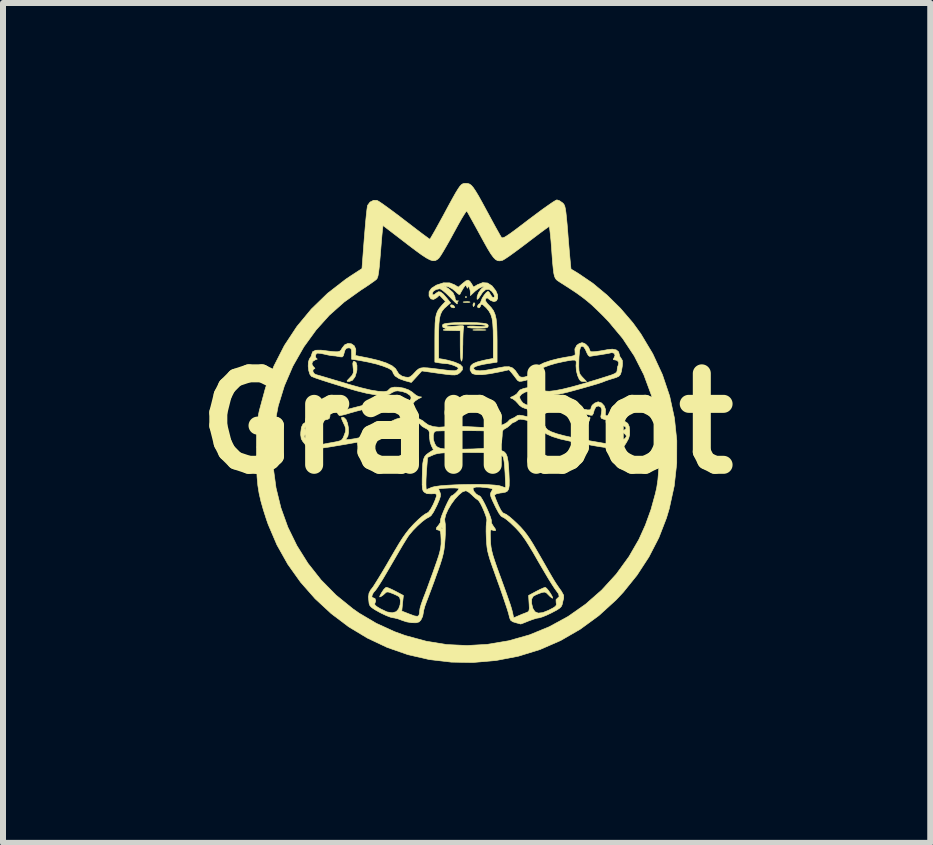
<source format=kicad_pcb>
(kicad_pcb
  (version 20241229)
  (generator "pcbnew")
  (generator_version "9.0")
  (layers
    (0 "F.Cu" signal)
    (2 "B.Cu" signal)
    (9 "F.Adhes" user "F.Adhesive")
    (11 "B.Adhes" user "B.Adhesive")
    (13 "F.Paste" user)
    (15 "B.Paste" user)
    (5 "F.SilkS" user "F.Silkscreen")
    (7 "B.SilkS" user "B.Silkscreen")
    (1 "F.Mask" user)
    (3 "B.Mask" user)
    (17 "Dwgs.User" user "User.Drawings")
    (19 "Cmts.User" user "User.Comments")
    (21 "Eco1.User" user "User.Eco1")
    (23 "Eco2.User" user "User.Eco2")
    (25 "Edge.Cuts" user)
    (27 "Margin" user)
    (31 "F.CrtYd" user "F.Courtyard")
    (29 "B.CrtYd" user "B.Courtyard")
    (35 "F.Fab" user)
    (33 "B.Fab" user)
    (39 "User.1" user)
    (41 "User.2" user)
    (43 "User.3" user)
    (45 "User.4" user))
  (footprint "Granbot"
    (layer "F.Cu")
    (at 4.724 4.005)
    (property "Reference" "Granbot" (at 0 0 0) (layer "F.SilkS") (effects (font (size 1.524 1.524) (thickness 0.3))))
    (attr through_hole)
    (fp_poly (pts (xy 0 -2.106) (xy -0.011 -2.095) (xy -0.021 -2.106) (xy -0.011 -2.117) (xy 0 -2.106)) (stroke (width 0.01) (type solid)) (fill yes) (layer "F.SilkS"))
    (fp_poly (pts (xy 0.048 -2.026) (xy 0.058 -2.021) (xy 0.031 -2.017) (xy 0 -2.017) (xy -0.046 -2.018) (xy -0.058 -2.022) (xy -0.048 -2.026) (xy 0.014 -2.029) (xy 0.048 -2.026)) (stroke (width 0.01) (type solid)) (fill yes) (layer "F.SilkS"))
    (fp_poly (pts (xy 0.138 -1.995) (xy 0.135 -1.979) (xy 0.12 -1.951) (xy 0.114 -1.947) (xy 0.107 -1.965) (xy 0.106 -1.979) (xy 0.117 -2.007) (xy 0.126 -2.011) (xy 0.138 -1.995)) (stroke (width 0.01) (type solid)) (fill yes) (layer "F.SilkS"))
    (fp_poly (pts (xy -0.216 -1.963) (xy -0.211 -1.958) (xy -0.197 -1.933) (xy -0.216 -1.926) (xy -0.218 -1.926) (xy -0.255 -1.937) (xy -0.264 -1.946) (xy -0.266 -1.971) (xy -0.245 -1.977) (xy -0.216 -1.963)) (stroke (width 0.01) (type solid)) (fill yes) (layer "F.SilkS"))
    (fp_poly (pts (xy 0.293 -1.561) (xy 0.302 -1.561) (xy 0.323 -1.557) (xy 0.306 -1.554) (xy 0.255 -1.553) (xy 0.212 -1.553) (xy 0.143 -1.553) (xy 0.106 -1.555) (xy 0.105 -1.559) (xy 0.122 -1.561) (xy 0.206 -1.564) (xy 0.293 -1.561)) (stroke (width 0.01) (type solid)) (fill yes) (layer "F.SilkS"))
    (fp_poly (pts (xy 2.058 -0.095) (xy 2.049 -0.058) (xy 2.027 -0.01) (xy 2 0.055) (xy 1.992 0.106) (xy 2.002 0.163) (xy 2.004 0.17) (xy 2.016 0.227) (xy 2.012 0.25) (xy 1.987 0.244) (xy 1.971 0.235) (xy 1.953 0.201) (xy 1.949 0.143) (xy 1.958 0.072) (xy 1.976 -0.001) (xy 2 -0.062) (xy 2.029 -0.099) (xy 2.046 -0.106) (xy 2.058 -0.095)) (stroke (width 0.01) (type solid)) (fill yes) (layer "F.SilkS"))
    (fp_poly (pts (xy -1.843 -1.018) (xy -1.827 -0.968) (xy -1.827 -0.896) (xy -1.83 -0.871) (xy -1.858 -0.779) (xy -1.901 -0.72) (xy -1.955 -0.699) (xy -1.957 -0.699) (xy -1.987 -0.7) (xy -1.992 -0.71) (xy -1.969 -0.736) (xy -1.943 -0.763) (xy -1.904 -0.806) (xy -1.887 -0.845) (xy -1.887 -0.898) (xy -1.891 -0.933) (xy -1.896 -0.997) (xy -1.889 -1.029) (xy -1.874 -1.037) (xy -1.843 -1.018)) (stroke (width 0.01) (type solid)) (fill yes) (layer "F.SilkS"))
    (fp_poly (pts (xy 0.16 -1.679) (xy 0.175 -1.678) (xy 0.264 -1.671) (xy 0.32 -1.663) (xy 0.349 -1.653) (xy 0.359 -1.636) (xy 0.36 -1.627) (xy 0.356 -1.608) (xy 0.338 -1.596) (xy 0.298 -1.59) (xy 0.229 -1.588) (xy 0.179 -1.587) (xy 0.081 -1.59) (xy 0.025 -1.597) (xy 0.011 -1.609) (xy 0.011 -1.61) (xy 0.041 -1.621) (xy 0.11 -1.622) (xy 0.171 -1.618) (xy 0.256 -1.612) (xy 0.304 -1.615) (xy 0.318 -1.627) (xy 0.301 -1.637) (xy 0.251 -1.644) (xy 0.164 -1.649) (xy 0.038 -1.651) (xy -0.011 -1.651) (xy -0.154 -1.65) (xy -0.257 -1.645) (xy -0.319 -1.638) (xy -0.339 -1.629) (xy -0.319 -1.617) (xy -0.26 -1.616) (xy -0.187 -1.621) (xy -0.109 -1.628) (xy -0.065 -1.628) (xy -0.047 -1.621) (xy -0.048 -1.605) (xy -0.049 -1.599) (xy -0.055 -1.565) (xy -0.059 -1.498) (xy -0.062 -1.407) (xy -0.063 -1.303) (xy -0.064 -1.3) (xy -0.065 -1.186) (xy -0.07 -1.101) (xy -0.077 -1.05) (xy -0.085 -1.037) (xy -0.094 -1.058) (xy -0.101 -1.115) (xy -0.105 -1.206) (xy -0.106 -1.291) (xy -0.106 -1.545) (xy -0.27 -1.548) (xy -0.348 -1.55) (xy -0.387 -1.554) (xy -0.388 -1.561) (xy -0.37 -1.566) (xy -0.333 -1.578) (xy -0.334 -1.583) (xy -0.355 -1.585) (xy -0.394 -1.601) (xy -0.402 -1.627) (xy -0.398 -1.646) (xy -0.378 -1.658) (xy -0.337 -1.667) (xy -0.266 -1.674) (xy -0.206 -1.678) (xy -0.089 -1.682) (xy 0.042 -1.682) (xy 0.16 -1.679)) (stroke (width 0.01) (type solid)) (fill yes) (layer "F.SilkS"))
    (fp_poly (pts (xy 0.021 -3.998) (xy 0.05 -3.988) (xy 0.079 -3.967) (xy 0.111 -3.93) (xy 0.15 -3.872) (xy 0.199 -3.791) (xy 0.26 -3.681) (xy 0.337 -3.539) (xy 0.358 -3.501) (xy 0.42 -3.386) (xy 0.476 -3.283) (xy 0.524 -3.197) (xy 0.559 -3.135) (xy 0.578 -3.103) (xy 0.578 -3.103) (xy 0.589 -3.094) (xy 0.606 -3.093) (xy 0.634 -3.104) (xy 0.675 -3.129) (xy 0.735 -3.17) (xy 0.817 -3.23) (xy 0.925 -3.312) (xy 1.035 -3.396) (xy 1.154 -3.485) (xy 1.263 -3.566) (xy 1.358 -3.633) (xy 1.433 -3.685) (xy 1.484 -3.716) (xy 1.504 -3.725) (xy 1.546 -3.712) (xy 1.594 -3.679) (xy 1.596 -3.678) (xy 1.613 -3.662) (xy 1.626 -3.643) (xy 1.637 -3.615) (xy 1.646 -3.575) (xy 1.655 -3.515) (xy 1.664 -3.432) (xy 1.675 -3.318) (xy 1.687 -3.171) (xy 1.692 -3.103) (xy 1.704 -2.959) (xy 1.715 -2.829) (xy 1.725 -2.72) (xy 1.733 -2.637) (xy 1.738 -2.586) (xy 1.741 -2.572) (xy 1.76 -2.56) (xy 1.806 -2.533) (xy 1.863 -2.498) (xy 2.103 -2.335) (xy 2.34 -2.138) (xy 2.565 -1.916) (xy 2.77 -1.677) (xy 2.903 -1.493) (xy 3.102 -1.16) (xy 3.262 -0.814) (xy 3.383 -0.456) (xy 3.463 -0.088) (xy 3.502 0.285) (xy 3.501 0.663) (xy 3.459 1.043) (xy 3.376 1.422) (xy 3.33 1.576) (xy 3.203 1.904) (xy 3.038 2.224) (xy 2.839 2.529) (xy 2.61 2.813) (xy 2.492 2.939) (xy 2.203 3.202) (xy 1.894 3.428) (xy 1.567 3.617) (xy 1.223 3.767) (xy 0.863 3.878) (xy 0.489 3.95) (xy 0.103 3.983) (xy -0.254 3.977) (xy -0.621 3.934) (xy -0.978 3.852) (xy -1.323 3.732) (xy -1.653 3.576) (xy -1.965 3.388) (xy -2.256 3.168) (xy -2.524 2.92) (xy -2.766 2.645) (xy -2.979 2.346) (xy -3.16 2.024) (xy -3.306 1.682) (xy -3.335 1.599) (xy -3.387 1.437) (xy -3.427 1.296) (xy -3.457 1.165) (xy -3.478 1.035) (xy -3.491 0.895) (xy -3.498 0.735) (xy -3.501 0.546) (xy -3.501 0.487) (xy -3.501 0.393) (xy -3.231 0.393) (xy -3.221 0.735) (xy -3.175 1.074) (xy -3.094 1.406) (xy -2.978 1.728) (xy -2.827 2.037) (xy -2.643 2.331) (xy -2.426 2.606) (xy -2.176 2.86) (xy -1.895 3.088) (xy -1.791 3.161) (xy -1.505 3.33) (xy -1.198 3.47) (xy -1.021 3.534) (xy -0.674 3.628) (xy -0.334 3.684) (xy 0.008 3.7) (xy 0.343 3.681) (xy 0.701 3.621) (xy 1.047 3.523) (xy 1.378 3.387) (xy 1.691 3.216) (xy 1.983 3.011) (xy 2.252 2.775) (xy 2.494 2.51) (xy 2.706 2.218) (xy 2.871 1.932) (xy 2.978 1.695) (xy 3.072 1.435) (xy 3.145 1.17) (xy 3.168 1.069) (xy 3.187 0.941) (xy 3.2 0.783) (xy 3.207 0.605) (xy 3.208 0.42) (xy 3.203 0.238) (xy 3.193 0.071) (xy 3.176 -0.07) (xy 3.168 -0.116) (xy 3.077 -0.476) (xy 2.953 -0.811) (xy 2.794 -1.124) (xy 2.599 -1.418) (xy 2.366 -1.697) (xy 2.266 -1.801) (xy 2.171 -1.894) (xy 2.088 -1.973) (xy 2.008 -2.041) (xy 1.925 -2.106) (xy 1.831 -2.174) (xy 1.716 -2.25) (xy 1.574 -2.341) (xy 1.552 -2.355) (xy 1.521 -2.376) (xy 1.496 -2.395) (xy 1.478 -2.42) (xy 1.463 -2.455) (xy 1.452 -2.507) (xy 1.443 -2.58) (xy 1.433 -2.68) (xy 1.423 -2.813) (xy 1.415 -2.926) (xy 1.406 -3.043) (xy 1.396 -3.144) (xy 1.387 -3.222) (xy 1.38 -3.269) (xy 1.375 -3.281) (xy 1.355 -3.268) (xy 1.307 -3.234) (xy 1.235 -3.181) (xy 1.145 -3.113) (xy 1.042 -3.035) (xy 1.003 -3.005) (xy 0.894 -2.923) (xy 0.794 -2.849) (xy 0.708 -2.787) (xy 0.642 -2.743) (xy 0.601 -2.719) (xy 0.595 -2.717) (xy 0.555 -2.709) (xy 0.519 -2.712) (xy 0.484 -2.73) (xy 0.447 -2.767) (xy 0.403 -2.827) (xy 0.35 -2.914) (xy 0.284 -3.032) (xy 0.229 -3.133) (xy 0.165 -3.25) (xy 0.107 -3.355) (xy 0.059 -3.441) (xy 0.024 -3.504) (xy 0.005 -3.536) (xy 0.003 -3.539) (xy -0.011 -3.526) (xy -0.041 -3.481) (xy -0.085 -3.409) (xy -0.138 -3.315) (xy -0.198 -3.205) (xy -0.212 -3.18) (xy -0.276 -3.062) (xy -0.337 -2.955) (xy -0.39 -2.864) (xy -0.431 -2.797) (xy -0.458 -2.76) (xy -0.459 -2.758) (xy -0.491 -2.729) (xy -0.524 -2.713) (xy -0.562 -2.711) (xy -0.609 -2.725) (xy -0.671 -2.758) (xy -0.752 -2.811) (xy -0.856 -2.887) (xy -0.987 -2.986) (xy -1.01 -3.004) (xy -1.393 -3.298) (xy -1.405 -3.189) (xy -1.411 -3.128) (xy -1.419 -3.036) (xy -1.428 -2.924) (xy -1.438 -2.802) (xy -1.442 -2.757) (xy -1.453 -2.623) (xy -1.465 -2.525) (xy -1.476 -2.458) (xy -1.49 -2.418) (xy -1.501 -2.402) (xy -1.531 -2.378) (xy -1.589 -2.337) (xy -1.666 -2.284) (xy -1.754 -2.226) (xy -1.757 -2.225) (xy -2.039 -2.023) (xy -2.287 -1.803) (xy -2.507 -1.558) (xy -2.707 -1.282) (xy -2.715 -1.27) (xy -2.895 -0.954) (xy -3.036 -0.626) (xy -3.139 -0.291) (xy -3.204 0.05) (xy -3.231 0.393) (xy -3.501 0.393) (xy -3.501 0.324) (xy -3.5 0.196) (xy -3.496 0.094) (xy -3.49 0.009) (xy -3.481 -0.066) (xy -3.469 -0.139) (xy -3.454 -0.212) (xy -3.35 -0.595) (xy -3.21 -0.957) (xy -3.036 -1.298) (xy -2.828 -1.614) (xy -2.587 -1.905) (xy -2.316 -2.168) (xy -2.014 -2.402) (xy -1.925 -2.462) (xy -1.743 -2.58) (xy -1.705 -3.084) (xy -1.693 -3.228) (xy -1.682 -3.36) (xy -1.671 -3.473) (xy -1.661 -3.561) (xy -1.653 -3.618) (xy -1.649 -3.634) (xy -1.609 -3.688) (xy -1.549 -3.718) (xy -1.495 -3.717) (xy -1.466 -3.702) (xy -1.409 -3.664) (xy -1.329 -3.607) (xy -1.231 -3.535) (xy -1.12 -3.452) (xy -1.037 -3.388) (xy -0.923 -3.301) (xy -0.82 -3.222) (xy -0.733 -3.156) (xy -0.666 -3.107) (xy -0.625 -3.077) (xy -0.613 -3.07) (xy -0.6 -3.087) (xy -0.571 -3.137) (xy -0.527 -3.213) (xy -0.473 -3.311) (xy -0.411 -3.424) (xy -0.382 -3.477) (xy -0.3 -3.63) (xy -0.234 -3.75) (xy -0.183 -3.841) (xy -0.143 -3.906) (xy -0.112 -3.951) (xy -0.086 -3.979) (xy -0.063 -3.993) (xy -0.041 -3.999) (xy -0.015 -4) (xy -0.01 -4) (xy 0.021 -3.998)) (stroke (width 0.01) (type solid)) (fill yes) (layer "F.SilkS"))
    (fp_poly (pts (xy 0.053 -2.37) (xy 0.08 -2.332) (xy 0.116 -2.272) (xy 0.18 -2.311) (xy 0.268 -2.346) (xy 0.349 -2.34) (xy 0.424 -2.292) (xy 0.487 -2.211) (xy 0.517 -2.141) (xy 0.518 -2.083) (xy 0.496 -2.043) (xy 0.456 -2.029) (xy 0.403 -2.048) (xy 0.376 -2.068) (xy 0.344 -2.092) (xy 0.324 -2.084) (xy 0.317 -2.074) (xy 0.315 -2.042) (xy 0.346 -1.997) (xy 0.364 -1.979) (xy 0.412 -1.928) (xy 0.449 -1.876) (xy 0.474 -1.817) (xy 0.492 -1.742) (xy 0.502 -1.646) (xy 0.506 -1.521) (xy 0.508 -1.384) (xy 0.508 -1.021) (xy 0.365 -0.999) (xy 0.282 -0.985) (xy 0.207 -0.968) (xy 0.162 -0.954) (xy 0.122 -0.934) (xy 0.117 -0.914) (xy 0.128 -0.899) (xy 0.161 -0.881) (xy 0.223 -0.877) (xy 0.317 -0.886) (xy 0.446 -0.909) (xy 0.522 -0.925) (xy 0.63 -0.944) (xy 0.708 -0.945) (xy 0.765 -0.925) (xy 0.812 -0.881) (xy 0.837 -0.845) (xy 0.872 -0.794) (xy 0.901 -0.772) (xy 0.939 -0.77) (xy 0.969 -0.774) (xy 1.042 -0.797) (xy 1.097 -0.832) (xy 1.121 -0.872) (xy 1.122 -0.878) (xy 1.142 -0.921) (xy 1.199 -0.965) (xy 1.287 -1.009) (xy 1.402 -1.048) (xy 1.537 -1.082) (xy 1.653 -1.104) (xy 1.736 -1.117) (xy 1.785 -1.129) (xy 1.807 -1.143) (xy 1.81 -1.161) (xy 1.808 -1.169) (xy 1.804 -1.242) (xy 1.836 -1.302) (xy 1.877 -1.331) (xy 1.923 -1.346) (xy 1.963 -1.334) (xy 1.988 -1.317) (xy 2.029 -1.274) (xy 2.049 -1.231) (xy 2.058 -1.205) (xy 2.081 -1.194) (xy 2.129 -1.195) (xy 2.155 -1.198) (xy 2.24 -1.21) (xy 2.325 -1.225) (xy 2.343 -1.229) (xy 2.428 -1.238) (xy 2.494 -1.225) (xy 2.533 -1.192) (xy 2.54 -1.163) (xy 2.555 -1.112) (xy 2.574 -1.085) (xy 2.595 -1.05) (xy 2.598 -0.996) (xy 2.594 -0.954) (xy 2.58 -0.87) (xy 2.564 -0.818) (xy 2.536 -0.786) (xy 2.489 -0.764) (xy 2.438 -0.749) (xy 2.368 -0.727) (xy 2.31 -0.707) (xy 2.286 -0.697) (xy 2.249 -0.683) (xy 2.176 -0.659) (xy 2.07 -0.628) (xy 1.937 -0.59) (xy 1.781 -0.547) (xy 1.665 -0.516) (xy 1.551 -0.49) (xy 1.444 -0.473) (xy 1.351 -0.466) (xy 1.281 -0.47) (xy 1.241 -0.484) (xy 1.237 -0.488) (xy 1.194 -0.523) (xy 1.125 -0.54) (xy 1.047 -0.539) (xy 0.972 -0.521) (xy 0.914 -0.486) (xy 0.911 -0.483) (xy 0.886 -0.451) (xy 0.886 -0.422) (xy 0.907 -0.381) (xy 0.937 -0.343) (xy 0.983 -0.315) (xy 1.057 -0.291) (xy 1.073 -0.287) (xy 1.167 -0.265) (xy 1.231 -0.257) (xy 1.278 -0.262) (xy 1.318 -0.281) (xy 1.343 -0.299) (xy 1.38 -0.324) (xy 1.421 -0.335) (xy 1.478 -0.335) (xy 1.536 -0.33) (xy 1.622 -0.317) (xy 1.729 -0.295) (xy 1.835 -0.269) (xy 1.853 -0.264) (xy 1.952 -0.237) (xy 2.017 -0.225) (xy 2.055 -0.227) (xy 2.072 -0.245) (xy 2.074 -0.263) (xy 2.092 -0.303) (xy 2.135 -0.339) (xy 2.186 -0.359) (xy 2.196 -0.36) (xy 2.249 -0.341) (xy 2.292 -0.294) (xy 2.315 -0.232) (xy 2.314 -0.189) (xy 2.31 -0.145) (xy 2.326 -0.128) (xy 2.342 -0.127) (xy 2.392 -0.115) (xy 2.424 -0.098) (xy 2.472 -0.076) (xy 2.538 -0.057) (xy 2.554 -0.054) (xy 2.636 -0.034) (xy 2.685 -0.002) (xy 2.709 0.051) (xy 2.717 0.117) (xy 2.716 0.19) (xy 2.699 0.252) (xy 2.66 0.323) (xy 2.658 0.325) (xy 2.593 0.428) (xy 2.434 0.414) (xy 2.326 0.403) (xy 2.206 0.385) (xy 2.117 0.37) (xy 2.026 0.353) (xy 1.911 0.331) (xy 1.791 0.308) (xy 1.725 0.296) (xy 1.563 0.26) (xy 1.43 0.219) (xy 1.331 0.175) (xy 1.269 0.129) (xy 1.251 0.102) (xy 1.218 0.045) (xy 1.164 0.003) (xy 1.08 -0.031) (xy 1.016 -0.049) (xy 0.94 -0.066) (xy 0.894 -0.071) (xy 0.864 -0.065) (xy 0.845 -0.052) (xy 0.809 -0.027) (xy 0.79 -0.021) (xy 0.761 -0.007) (xy 0.728 0.024) (xy 0.68 0.064) (xy 0.64 0.087) (xy 0.611 0.105) (xy 0.596 0.138) (xy 0.593 0.199) (xy 0.593 0.206) (xy 0.586 0.281) (xy 0.569 0.349) (xy 0.561 0.368) (xy 0.537 0.414) (xy 0.535 0.436) (xy 0.556 0.447) (xy 0.582 0.453) (xy 0.623 0.47) (xy 0.654 0.501) (xy 0.676 0.552) (xy 0.691 0.63) (xy 0.701 0.739) (xy 0.706 0.829) (xy 0.711 0.949) (xy 0.71 1.035) (xy 0.701 1.091) (xy 0.681 1.126) (xy 0.647 1.145) (xy 0.595 1.155) (xy 0.561 1.159) (xy 0.501 1.171) (xy 0.469 1.189) (xy 0.466 1.196) (xy 0.474 1.227) (xy 0.496 1.284) (xy 0.527 1.356) (xy 0.529 1.362) (xy 0.57 1.444) (xy 0.604 1.489) (xy 0.633 1.503) (xy 0.663 1.517) (xy 0.715 1.555) (xy 0.781 1.612) (xy 0.84 1.667) (xy 0.9 1.727) (xy 0.951 1.785) (xy 1 1.847) (xy 1.051 1.92) (xy 1.108 2.011) (xy 1.176 2.128) (xy 1.237 2.233) (xy 1.315 2.369) (xy 1.375 2.474) (xy 1.422 2.555) (xy 1.459 2.617) (xy 1.49 2.666) (xy 1.519 2.709) (xy 1.548 2.751) (xy 1.579 2.794) (xy 1.617 2.863) (xy 1.618 2.91) (xy 1.604 2.964) (xy 1.594 3.012) (xy 1.581 3.045) (xy 1.554 3.075) (xy 1.503 3.109) (xy 1.421 3.152) (xy 1.416 3.155) (xy 1.336 3.193) (xy 1.265 3.222) (xy 1.217 3.237) (xy 1.207 3.239) (xy 1.165 3.246) (xy 1.1 3.266) (xy 1.033 3.291) (xy 0.967 3.318) (xy 0.92 3.336) (xy 0.901 3.342) (xy 0.882 3.336) (xy 0.838 3.325) (xy 0.834 3.324) (xy 0.768 3.304) (xy 0.732 3.277) (xy 0.714 3.23) (xy 0.708 3.201) (xy 0.697 3.159) (xy 0.674 3.084) (xy 0.64 2.983) (xy 0.599 2.861) (xy 0.552 2.726) (xy 0.517 2.629) (xy 0.462 2.475) (xy 0.419 2.355) (xy 0.387 2.26) (xy 0.365 2.184) (xy 0.349 2.12) (xy 0.34 2.061) (xy 0.334 2.001) (xy 0.33 1.932) (xy 0.328 1.899) (xy 0.325 1.801) (xy 0.326 1.717) (xy 0.33 1.657) (xy 0.336 1.632) (xy 0.337 1.6) (xy 0.322 1.543) (xy 0.295 1.471) (xy 0.263 1.397) (xy 0.23 1.331) (xy 0.2 1.286) (xy 0.184 1.272) (xy 0.155 1.252) (xy 0.111 1.213) (xy 0.091 1.193) (xy 0.042 1.15) (xy -0.002 1.125) (xy -0.016 1.122) (xy -0.069 1.14) (xy -0.13 1.19) (xy -0.195 1.261) (xy -0.257 1.346) (xy -0.31 1.436) (xy -0.348 1.522) (xy -0.365 1.595) (xy -0.361 1.637) (xy -0.355 1.677) (xy -0.353 1.749) (xy -0.354 1.841) (xy -0.359 1.928) (xy -0.366 2.022) (xy -0.376 2.102) (xy -0.39 2.176) (xy -0.411 2.256) (xy -0.441 2.351) (xy -0.484 2.474) (xy -0.497 2.508) (xy -0.541 2.632) (xy -0.585 2.751) (xy -0.625 2.857) (xy -0.656 2.939) (xy -0.669 2.972) (xy -0.696 3.047) (xy -0.714 3.112) (xy -0.72 3.148) (xy -0.732 3.214) (xy -0.762 3.276) (xy -0.792 3.307) (xy -0.841 3.321) (xy -0.915 3.32) (xy -0.999 3.306) (xy -1.076 3.281) (xy -1.077 3.28) (xy -1.145 3.255) (xy -1.207 3.24) (xy -1.225 3.238) (xy -1.268 3.228) (xy -1.336 3.202) (xy -1.417 3.164) (xy -1.448 3.148) (xy -1.53 3.102) (xy -1.581 3.067) (xy -1.61 3.037) (xy -1.623 3.005) (xy -1.625 2.995) (xy -1.635 2.898) (xy -1.634 2.889) (xy -1.579 2.889) (xy -1.57 2.9) (xy -1.526 2.917) (xy -1.514 2.956) (xy -1.522 2.981) (xy -1.532 3.008) (xy -1.523 3.03) (xy -1.488 3.057) (xy -1.434 3.089) (xy -1.327 3.14) (xy -1.239 3.155) (xy -1.172 3.136) (xy -1.133 3.091) (xy -1.108 3.022) (xy -1.102 2.953) (xy -1.115 2.9) (xy -1.127 2.885) (xy -1.162 2.865) (xy -1.219 2.839) (xy -1.242 2.83) (xy -1.298 2.81) (xy -1.33 2.808) (xy -1.352 2.823) (xy -1.356 2.828) (xy -1.398 2.865) (xy -1.423 2.881) (xy -1.445 2.891) (xy -1.448 2.88) (xy -1.429 2.844) (xy -1.414 2.817) (xy -1.38 2.766) (xy -1.348 2.735) (xy -1.336 2.731) (xy -1.304 2.74) (xy -1.247 2.765) (xy -1.181 2.798) (xy -1.053 2.866) (xy -1.067 2.996) (xy -1.08 3.126) (xy -0.947 3.178) (xy -0.868 3.207) (xy -0.819 3.214) (xy -0.794 3.197) (xy -0.784 3.154) (xy -0.783 3.128) (xy -0.776 3.081) (xy -0.755 3.009) (xy -0.726 2.927) (xy -0.721 2.913) (xy -0.691 2.837) (xy -0.652 2.733) (xy -0.608 2.611) (xy -0.561 2.483) (xy -0.54 2.423) (xy -0.495 2.295) (xy -0.463 2.199) (xy -0.443 2.125) (xy -0.431 2.064) (xy -0.425 2.008) (xy -0.425 1.947) (xy -0.425 1.934) (xy -0.429 1.853) (xy -0.435 1.806) (xy -0.447 1.784) (xy -0.467 1.778) (xy -0.469 1.778) (xy -0.503 1.767) (xy -0.501 1.746) (xy -0.423 1.746) (xy -0.413 1.757) (xy -0.402 1.746) (xy -0.413 1.736) (xy -0.423 1.746) (xy -0.501 1.746) (xy -0.501 1.737) (xy -0.466 1.694) (xy -0.439 1.654) (xy -0.435 1.623) (xy -0.432 1.593) (xy -0.414 1.537) (xy -0.385 1.465) (xy -0.351 1.386) (xy -0.316 1.312) (xy -0.284 1.251) (xy -0.259 1.213) (xy -0.25 1.206) (xy -0.223 1.192) (xy -0.184 1.159) (xy -0.147 1.12) (xy -0.128 1.09) (xy 0.106 1.09) (xy 0.121 1.13) (xy 0.158 1.173) (xy 0.199 1.202) (xy 0.217 1.207) (xy 0.236 1.225) (xy 0.266 1.273) (xy 0.302 1.34) (xy 0.339 1.418) (xy 0.373 1.496) (xy 0.399 1.564) (xy 0.413 1.613) (xy 0.413 1.63) (xy 0.415 1.66) (xy 0.44 1.703) (xy 0.443 1.707) (xy 0.479 1.759) (xy 0.482 1.785) (xy 0.453 1.785) (xy 0.439 1.78) (xy 0.416 1.773) (xy 0.402 1.777) (xy 0.396 1.801) (xy 0.395 1.852) (xy 0.398 1.938) (xy 0.398 1.942) (xy 0.401 2.005) (xy 0.408 2.064) (xy 0.42 2.125) (xy 0.438 2.195) (xy 0.466 2.283) (xy 0.504 2.394) (xy 0.556 2.537) (xy 0.564 2.558) (xy 0.622 2.718) (xy 0.667 2.843) (xy 0.701 2.941) (xy 0.727 3.015) (xy 0.745 3.073) (xy 0.758 3.119) (xy 0.768 3.16) (xy 0.772 3.18) (xy 0.784 3.239) (xy 0.863 3.205) (xy 0.929 3.177) (xy 0.989 3.154) (xy 0.996 3.151) (xy 1.025 3.138) (xy 1.04 3.117) (xy 1.045 3.078) (xy 1.042 3.009) (xy 1.041 2.999) (xy 1.033 2.866) (xy 1.16 2.798) (xy 1.227 2.764) (xy 1.281 2.74) (xy 1.31 2.731) (xy 1.332 2.746) (xy 1.364 2.784) (xy 1.398 2.833) (xy 1.424 2.878) (xy 1.435 2.908) (xy 1.434 2.912) (xy 1.416 2.904) (xy 1.38 2.873) (xy 1.367 2.859) (xy 1.328 2.821) (xy 1.296 2.809) (xy 1.254 2.817) (xy 1.222 2.828) (xy 1.161 2.852) (xy 1.116 2.876) (xy 1.108 2.882) (xy 1.084 2.927) (xy 1.083 2.998) (xy 1.104 3.082) (xy 1.139 3.137) (xy 1.192 3.16) (xy 1.268 3.152) (xy 1.369 3.112) (xy 1.38 3.106) (xy 1.447 3.071) (xy 1.483 3.045) (xy 1.496 3.021) (xy 1.493 2.989) (xy 1.492 2.985) (xy 1.49 2.936) (xy 1.512 2.914) (xy 1.542 2.886) (xy 1.533 2.84) (xy 1.49 2.781) (xy 1.464 2.745) (xy 1.421 2.679) (xy 1.364 2.588) (xy 1.299 2.478) (xy 1.228 2.357) (xy 1.193 2.297) (xy 1.109 2.15) (xy 1.039 2.034) (xy 0.981 1.943) (xy 0.929 1.87) (xy 0.879 1.807) (xy 0.827 1.75) (xy 0.798 1.721) (xy 0.73 1.656) (xy 0.668 1.603) (xy 0.621 1.57) (xy 0.603 1.562) (xy 0.574 1.544) (xy 0.537 1.494) (xy 0.491 1.41) (xy 0.471 1.369) (xy 0.43 1.283) (xy 0.406 1.225) (xy 0.397 1.187) (xy 0.4 1.16) (xy 0.413 1.135) (xy 0.413 1.134) (xy 0.431 1.104) (xy 0.426 1.088) (xy 0.393 1.079) (xy 0.347 1.072) (xy 0.231 1.06) (xy 0.154 1.06) (xy 0.114 1.074) (xy 0.106 1.09) (xy -0.128 1.09) (xy -0.128 1.089) (xy -0.127 1.086) (xy -0.146 1.079) (xy -0.198 1.075) (xy -0.272 1.075) (xy -0.296 1.076) (xy -0.375 1.08) (xy -0.434 1.085) (xy -0.464 1.089) (xy -0.466 1.091) (xy -0.458 1.114) (xy -0.443 1.149) (xy -0.434 1.18) (xy -0.437 1.218) (xy -0.455 1.273) (xy -0.49 1.355) (xy -0.498 1.372) (xy -0.55 1.474) (xy -0.592 1.536) (xy -0.622 1.558) (xy -0.674 1.586) (xy -0.743 1.638) (xy -0.819 1.707) (xy -0.893 1.782) (xy -0.956 1.856) (xy -0.98 1.89) (xy -1.013 1.943) (xy -1.063 2.024) (xy -1.124 2.128) (xy -1.192 2.245) (xy -1.263 2.367) (xy -1.271 2.381) (xy -1.339 2.497) (xy -1.401 2.602) (xy -1.455 2.688) (xy -1.497 2.752) (xy -1.522 2.785) (xy -1.525 2.788) (xy -1.552 2.818) (xy -1.572 2.857) (xy -1.579 2.889) (xy -1.634 2.889) (xy -1.626 2.828) (xy -1.597 2.773) (xy -1.583 2.756) (xy -1.557 2.722) (xy -1.515 2.656) (xy -1.459 2.566) (xy -1.393 2.457) (xy -1.321 2.335) (xy -1.281 2.265) (xy -1.194 2.116) (xy -1.123 1.997) (xy -1.063 1.903) (xy -1.009 1.827) (xy -0.958 1.762) (xy -0.903 1.701) (xy -0.872 1.668) (xy -0.802 1.6) (xy -0.739 1.545) (xy -0.69 1.509) (xy -0.668 1.499) (xy -0.635 1.479) (xy -0.596 1.425) (xy -0.555 1.348) (xy -0.524 1.276) (xy -0.504 1.218) (xy -0.499 1.184) (xy -0.5 1.182) (xy -0.527 1.17) (xy -0.577 1.172) (xy -0.58 1.173) (xy -0.659 1.17) (xy -0.695 1.152) (xy -0.716 1.135) (xy -0.729 1.112) (xy -0.737 1.076) (xy -0.74 1.018) (xy -0.74 1.015) (xy -0.677 1.015) (xy -0.675 1.074) (xy -0.671 1.1) (xy -0.669 1.101) (xy -0.647 1.093) (xy -0.6 1.073) (xy -0.579 1.064) (xy -0.527 1.051) (xy -0.44 1.039) (xy -0.326 1.03) (xy -0.194 1.023) (xy -0.052 1.018) (xy 0.093 1.016) (xy 0.233 1.016) (xy 0.359 1.02) (xy 0.464 1.027) (xy 0.539 1.036) (xy 0.564 1.043) (xy 0.652 1.073) (xy 0.641 0.828) (xy 0.634 0.728) (xy 0.626 0.642) (xy 0.616 0.581) (xy 0.607 0.553) (xy 0.583 0.531) (xy 0.549 0.515) (xy 0.499 0.502) (xy 0.429 0.493) (xy 0.332 0.488) (xy 0.203 0.485) (xy 0.039 0.484) (xy 0.005 0.484) (xy -0.151 0.485) (xy -0.272 0.486) (xy -0.363 0.489) (xy -0.43 0.494) (xy -0.481 0.501) (xy -0.52 0.511) (xy -0.555 0.524) (xy -0.557 0.525) (xy -0.65 0.566) (xy -0.663 0.731) (xy -0.671 0.835) (xy -0.676 0.933) (xy -0.677 1.015) (xy -0.74 1.015) (xy -0.74 0.93) (xy -0.739 0.885) (xy -0.736 0.758) (xy -0.73 0.666) (xy -0.718 0.6) (xy -0.699 0.554) (xy -0.671 0.52) (xy -0.63 0.49) (xy -0.629 0.489) (xy -0.552 0.439) (xy -0.586 0.373) (xy -0.608 0.309) (xy -0.618 0.232) (xy -0.619 0.21) (xy -0.619 0.194) (xy -0.555 0.194) (xy -0.554 0.257) (xy -0.549 0.282) (xy -0.533 0.331) (xy -0.513 0.369) (xy -0.483 0.396) (xy -0.438 0.414) (xy -0.371 0.424) (xy -0.278 0.429) (xy -0.152 0.429) (xy -0.03 0.428) (xy 0.109 0.425) (xy 0.232 0.419) (xy 0.331 0.412) (xy 0.401 0.405) (xy 0.43 0.398) (xy 0.479 0.361) (xy 0.514 0.3) (xy 0.532 0.232) (xy 0.528 0.169) (xy 0.509 0.136) (xy 0.484 0.132) (xy 0.424 0.128) (xy 0.336 0.125) (xy 0.226 0.122) (xy 0.101 0.121) (xy -0.031 0.12) (xy -0.164 0.12) (xy -0.291 0.121) (xy -0.405 0.123) (xy -0.499 0.126) (xy -0.513 0.126) (xy -0.54 0.146) (xy -0.555 0.194) (xy -0.619 0.194) (xy -0.62 0.148) (xy -0.633 0.113) (xy -0.667 0.089) (xy -0.689 0.078) (xy -0.736 0.051) (xy -0.761 0.029) (xy -0.762 0.026) (xy -0.78 0.007) (xy -0.824 -0.018) (xy -0.849 -0.03) (xy -0.903 -0.051) (xy -0.952 -0.058) (xy -1.011 -0.052) (xy -1.062 -0.042) (xy -1.159 -0.013) (xy -1.234 0.024) (xy -1.28 0.066) (xy -1.291 0.096) (xy -1.31 0.131) (xy -1.361 0.171) (xy -1.434 0.211) (xy -1.521 0.246) (xy -1.577 0.262) (xy -1.655 0.28) (xy -1.76 0.301) (xy -1.885 0.324) (xy -2.02 0.348) (xy -2.158 0.371) (xy -2.289 0.393) (xy -2.406 0.41) (xy -2.499 0.423) (xy -2.562 0.429) (xy -2.569 0.429) (xy -2.631 0.415) (xy -2.659 0.39) (xy -2.695 0.342) (xy -2.728 0.302) (xy -2.755 0.256) (xy -2.759 0.224) (xy -2.702 0.224) (xy -2.69 0.241) (xy -2.653 0.269) (xy -2.631 0.275) (xy -2.612 0.287) (xy -2.615 0.297) (xy -2.62 0.335) (xy -2.604 0.37) (xy -2.582 0.381) (xy -2.548 0.377) (xy -2.491 0.366) (xy -2.47 0.361) (xy -2.402 0.348) (xy -2.313 0.331) (xy -2.229 0.316) (xy -2.15 0.301) (xy -2.102 0.287) (xy -2.074 0.267) (xy -2.054 0.234) (xy -2.044 0.208) (xy -2.019 0.141) (xy -2.014 0.092) (xy -2.028 0.042) (xy -2.053 -0.01) (xy -2.08 -0.071) (xy -2.083 -0.101) (xy -2.06 -0.104) (xy -2.043 -0.098) (xy -2.009 -0.065) (xy -1.984 -0.004) (xy -1.969 0.072) (xy -1.967 0.149) (xy -1.978 0.214) (xy -2.005 0.253) (xy -2.006 0.254) (xy -2.016 0.267) (xy -1.992 0.271) (xy -1.941 0.266) (xy -1.87 0.255) (xy -1.786 0.238) (xy -1.694 0.218) (xy -1.603 0.194) (xy -1.519 0.169) (xy -1.448 0.145) (xy -1.434 0.139) (xy -1.384 0.111) (xy -1.357 0.082) (xy -1.355 0.075) (xy -1.334 0.022) (xy -1.274 -0.027) (xy -1.178 -0.071) (xy -1.077 -0.101) (xy -0.987 -0.123) (xy -0.929 -0.132) (xy -0.893 -0.131) (xy -0.87 -0.119) (xy -0.868 -0.118) (xy -0.822 -0.089) (xy -0.784 -0.074) (xy -0.73 -0.045) (xy -0.7 -0.019) (xy -0.642 0.023) (xy -0.557 0.052) (xy -0.46 0.063) (xy -0.376 0.057) (xy -0.316 0.051) (xy -0.22 0.049) (xy -0.099 0.05) (xy 0.042 0.055) (xy 0.089 0.057) (xy 0.225 0.064) (xy 0.326 0.068) (xy 0.4 0.068) (xy 0.457 0.064) (xy 0.502 0.057) (xy 0.545 0.044) (xy 0.568 0.036) (xy 0.631 0.009) (xy 0.677 -0.018) (xy 0.691 -0.033) (xy 0.719 -0.062) (xy 0.748 -0.076) (xy 0.802 -0.101) (xy 0.828 -0.12) (xy 0.851 -0.134) (xy 0.881 -0.138) (xy 0.931 -0.131) (xy 1.008 -0.113) (xy 1.034 -0.107) (xy 1.162 -0.065) (xy 1.251 -0.016) (xy 1.306 0.045) (xy 1.32 0.073) (xy 1.348 0.105) (xy 1.409 0.138) (xy 1.504 0.172) (xy 1.635 0.207) (xy 1.805 0.244) (xy 2.014 0.283) (xy 2.095 0.297) (xy 2.206 0.316) (xy 2.309 0.334) (xy 2.394 0.349) (xy 2.448 0.359) (xy 2.525 0.366) (xy 2.57 0.352) (xy 2.578 0.319) (xy 2.575 0.309) (xy 2.577 0.28) (xy 2.591 0.275) (xy 2.627 0.26) (xy 2.648 0.241) (xy 2.664 0.212) (xy 2.648 0.185) (xy 2.631 0.171) (xy 2.601 0.143) (xy 2.603 0.126) (xy 2.63 0.108) (xy 2.658 0.084) (xy 2.651 0.062) (xy 2.643 0.054) (xy 2.607 0.034) (xy 2.535 0.006) (xy 2.434 -0.027) (xy 2.311 -0.063) (xy 2.273 -0.074) (xy 2.244 -0.087) (xy 2.236 -0.113) (xy 2.245 -0.165) (xy 2.253 -0.228) (xy 2.239 -0.267) (xy 2.234 -0.273) (xy 2.193 -0.292) (xy 2.154 -0.275) (xy 2.127 -0.225) (xy 2.124 -0.212) (xy 2.11 -0.163) (xy 2.093 -0.136) (xy 2.066 -0.137) (xy 2.009 -0.149) (xy 1.933 -0.17) (xy 1.903 -0.179) (xy 1.796 -0.21) (xy 1.678 -0.237) (xy 1.575 -0.257) (xy 1.571 -0.258) (xy 1.487 -0.269) (xy 1.436 -0.271) (xy 1.406 -0.265) (xy 1.388 -0.249) (xy 1.335 -0.212) (xy 1.249 -0.2) (xy 1.13 -0.212) (xy 1.068 -0.225) (xy 0.98 -0.248) (xy 0.923 -0.271) (xy 0.882 -0.301) (xy 0.857 -0.331) (xy 0.812 -0.379) (xy 0.767 -0.411) (xy 0.758 -0.414) (xy 0.732 -0.425) (xy 0.736 -0.436) (xy 0.777 -0.455) (xy 0.782 -0.457) (xy 0.831 -0.488) (xy 0.86 -0.523) (xy 0.861 -0.526) (xy 0.885 -0.556) (xy 0.943 -0.58) (xy 0.986 -0.591) (xy 1.106 -0.606) (xy 1.205 -0.593) (xy 1.275 -0.556) (xy 1.313 -0.54) (xy 1.379 -0.536) (xy 1.474 -0.547) (xy 1.599 -0.571) (xy 1.757 -0.61) (xy 1.95 -0.664) (xy 2.179 -0.733) (xy 2.328 -0.78) (xy 2.415 -0.808) (xy 2.468 -0.83) (xy 2.496 -0.85) (xy 2.507 -0.872) (xy 2.508 -0.889) (xy 2.515 -0.941) (xy 2.526 -0.969) (xy 2.535 -1.014) (xy 2.511 -1.048) (xy 2.475 -1.058) (xy 2.444 -1.063) (xy 2.449 -1.082) (xy 2.455 -1.09) (xy 2.473 -1.133) (xy 2.46 -1.168) (xy 2.422 -1.18) (xy 2.407 -1.177) (xy 2.362 -1.167) (xy 2.291 -1.155) (xy 2.218 -1.143) (xy 2.142 -1.132) (xy 2.082 -1.122) (xy 2.051 -1.117) (xy 2.029 -1.131) (xy 2.006 -1.172) (xy 2.003 -1.179) (xy 1.979 -1.234) (xy 1.953 -1.273) (xy 1.953 -1.273) (xy 1.921 -1.29) (xy 1.898 -1.27) (xy 1.882 -1.211) (xy 1.873 -1.112) (xy 1.87 -1.042) (xy 1.869 -0.947) (xy 1.872 -0.883) (xy 1.88 -0.841) (xy 1.896 -0.81) (xy 1.922 -0.779) (xy 1.933 -0.767) (xy 1.998 -0.699) (xy 1.943 -0.699) (xy 1.905 -0.705) (xy 1.878 -0.733) (xy 1.852 -0.792) (xy 1.851 -0.792) (xy 1.829 -0.878) (xy 1.823 -0.963) (xy 1.824 -0.972) (xy 1.827 -1.016) (xy 1.822 -1.043) (xy 1.801 -1.055) (xy 1.758 -1.055) (xy 1.686 -1.044) (xy 1.605 -1.028) (xy 1.488 -1.002) (xy 1.38 -0.97) (xy 1.289 -0.936) (xy 1.224 -0.903) (xy 1.192 -0.873) (xy 1.191 -0.871) (xy 1.143 -0.797) (xy 1.06 -0.742) (xy 0.981 -0.717) (xy 0.914 -0.703) (xy 0.876 -0.702) (xy 0.852 -0.715) (xy 0.833 -0.738) (xy 0.795 -0.789) (xy 0.754 -0.84) (xy 0.707 -0.894) (xy 0.56 -0.861) (xy 0.392 -0.829) (xy 0.259 -0.812) (xy 0.161 -0.813) (xy 0.1 -0.829) (xy 0.091 -0.835) (xy 0.059 -0.888) (xy 0.059 -0.928) (xy 0.074 -0.966) (xy 0.111 -0.997) (xy 0.176 -1.024) (xy 0.275 -1.05) (xy 0.333 -1.062) (xy 0.445 -1.084) (xy 0.445 -1.4) (xy 0.443 -1.548) (xy 0.436 -1.662) (xy 0.424 -1.749) (xy 0.403 -1.817) (xy 0.372 -1.873) (xy 0.329 -1.925) (xy 0.323 -1.931) (xy 0.273 -1.977) (xy 0.243 -1.987) (xy 0.233 -1.962) (xy 0.233 -1.958) (xy 0.216 -1.93) (xy 0.202 -1.926) (xy 0.18 -1.94) (xy 0.183 -1.958) (xy 0.202 -1.986) (xy 0.212 -1.99) (xy 0.229 -2.007) (xy 0.241 -2.039) (xy 0.26 -2.086) (xy 0.293 -2.138) (xy 0.328 -2.181) (xy 0.356 -2.201) (xy 0.358 -2.201) (xy 0.378 -2.184) (xy 0.398 -2.148) (xy 0.424 -2.109) (xy 0.45 -2.096) (xy 0.464 -2.111) (xy 0.465 -2.122) (xy 0.452 -2.156) (xy 0.423 -2.198) (xy 0.373 -2.235) (xy 0.32 -2.231) (xy 0.267 -2.185) (xy 0.233 -2.134) (xy 0.203 -2.088) (xy 0.181 -2.068) (xy 0.174 -2.071) (xy 0.176 -2.117) (xy 0.199 -2.176) (xy 0.236 -2.231) (xy 0.262 -2.257) (xy 0.292 -2.28) (xy 0.286 -2.284) (xy 0.254 -2.275) (xy 0.205 -2.251) (xy 0.149 -2.21) (xy 0.132 -2.195) (xy 0.064 -2.13) (xy 0.063 -2.181) (xy 0.058 -2.224) (xy 0.045 -2.261) (xy 0.032 -2.282) (xy 0.022 -2.276) (xy 0.02 -2.265) (xy 0.014 -2.252) (xy 0.002 -2.275) (xy -0.011 -2.299) (xy -0.026 -2.294) (xy -0.052 -2.258) (xy -0.06 -2.244) (xy -0.091 -2.192) (xy -0.11 -2.155) (xy -0.113 -2.149) (xy -0.129 -2.15) (xy -0.163 -2.177) (xy -0.181 -2.196) (xy -0.236 -2.242) (xy -0.294 -2.273) (xy -0.307 -2.277) (xy -0.37 -2.29) (xy -0.303 -2.247) (xy -0.228 -2.181) (xy -0.193 -2.106) (xy -0.191 -2.078) (xy -0.177 -2.045) (xy -0.153 -2.042) (xy -0.134 -2.042) (xy -0.142 -2.038) (xy -0.157 -2.014) (xy -0.153 -1.994) (xy -0.16 -1.992) (xy -0.19 -2.017) (xy -0.238 -2.064) (xy -0.273 -2.101) (xy -0.34 -2.167) (xy -0.398 -2.216) (xy -0.439 -2.242) (xy -0.448 -2.244) (xy -0.507 -2.232) (xy -0.553 -2.204) (xy -0.571 -2.169) (xy -0.572 -2.169) (xy -0.563 -2.141) (xy -0.536 -2.148) (xy -0.503 -2.174) (xy -0.469 -2.195) (xy -0.433 -2.19) (xy -0.389 -2.156) (xy -0.331 -2.089) (xy -0.33 -2.088) (xy -0.266 -2.009) (xy -0.322 -1.962) (xy -0.372 -1.917) (xy -0.409 -1.87) (xy -0.435 -1.817) (xy -0.452 -1.748) (xy -0.461 -1.656) (xy -0.465 -1.535) (xy -0.466 -1.424) (xy -0.466 -1.081) (xy -0.386 -1.069) (xy -0.32 -1.055) (xy -0.237 -1.033) (xy -0.191 -1.018) (xy -0.108 -0.982) (xy -0.068 -0.94) (xy -0.069 -0.894) (xy -0.11 -0.847) (xy -0.136 -0.827) (xy -0.163 -0.814) (xy -0.198 -0.808) (xy -0.249 -0.809) (xy -0.323 -0.816) (xy -0.429 -0.83) (xy -0.495 -0.839) (xy -0.746 -0.875) (xy -0.833 -0.779) (xy -0.921 -0.683) (xy -1.032 -0.713) (xy -1.125 -0.747) (xy -1.192 -0.791) (xy -1.225 -0.84) (xy -1.228 -0.858) (xy -1.248 -0.888) (xy -1.304 -0.921) (xy -1.391 -0.955) (xy -1.503 -0.99) (xy -1.634 -1.021) (xy -1.779 -1.049) (xy -1.81 -1.054) (xy -1.916 -1.07) (xy -1.916 -1.165) (xy -1.918 -1.223) (xy -1.929 -1.251) (xy -1.955 -1.259) (xy -1.968 -1.259) (xy -2.004 -1.252) (xy -2.026 -1.221) (xy -2.039 -1.179) (xy -2.054 -1.127) (xy -2.073 -1.108) (xy -2.11 -1.11) (xy -2.124 -1.113) (xy -2.181 -1.124) (xy -2.223 -1.127) (xy -2.261 -1.131) (xy -2.322 -1.143) (xy -2.36 -1.152) (xy -2.426 -1.166) (xy -2.476 -1.171) (xy -2.492 -1.17) (xy -2.514 -1.146) (xy -2.517 -1.11) (xy -2.504 -1.082) (xy -2.492 -1.077) (xy -2.489 -1.071) (xy -2.519 -1.061) (xy -2.565 -1.032) (xy -2.578 -0.99) (xy -2.554 -0.947) (xy -2.547 -0.941) (xy -2.526 -0.918) (xy -2.535 -0.911) (xy -2.559 -0.896) (xy -2.56 -0.864) (xy -2.541 -0.832) (xy -2.514 -0.815) (xy -2.453 -0.798) (xy -2.354 -0.769) (xy -2.217 -0.728) (xy -2.045 -0.677) (xy -1.947 -0.647) (xy -1.76 -0.595) (xy -1.602 -0.557) (xy -1.474 -0.536) (xy -1.379 -0.53) (xy -1.32 -0.54) (xy -1.3 -0.559) (xy -1.267 -0.59) (xy -1.207 -0.605) (xy -1.129 -0.603) (xy -1.046 -0.588) (xy -0.966 -0.559) (xy -0.901 -0.519) (xy -0.886 -0.504) (xy -0.836 -0.465) (xy -0.787 -0.444) (xy -0.78 -0.444) (xy -0.752 -0.441) (xy -0.758 -0.432) (xy -0.8 -0.413) (xy -0.858 -0.374) (xy -0.903 -0.323) (xy -0.904 -0.322) (xy -0.927 -0.29) (xy -0.961 -0.266) (xy -1.014 -0.245) (xy -1.098 -0.222) (xy -1.118 -0.217) (xy -1.227 -0.194) (xy -1.305 -0.188) (xy -1.365 -0.2) (xy -1.416 -0.231) (xy -1.436 -0.248) (xy -1.478 -0.266) (xy -1.51 -0.266) (xy -1.558 -0.257) (xy -1.627 -0.247) (xy -1.662 -0.243) (xy -1.735 -0.229) (xy -1.829 -0.206) (xy -1.924 -0.179) (xy -1.933 -0.177) (xy -2.012 -0.153) (xy -2.077 -0.137) (xy -2.116 -0.131) (xy -2.121 -0.132) (xy -2.142 -0.155) (xy -2.164 -0.203) (xy -2.167 -0.213) (xy -2.195 -0.268) (xy -2.231 -0.286) (xy -2.233 -0.286) (xy -2.259 -0.28) (xy -2.271 -0.256) (xy -2.275 -0.204) (xy -2.275 -0.181) (xy -2.277 -0.118) (xy -2.287 -0.085) (xy -2.312 -0.069) (xy -2.339 -0.063) (xy -2.4 -0.046) (xy -2.445 -0.028) (xy -2.493 -0.009) (xy -2.559 0.007) (xy -2.572 0.01) (xy -2.632 0.024) (xy -2.676 0.042) (xy -2.682 0.046) (xy -2.697 0.08) (xy -2.684 0.114) (xy -2.652 0.127) (xy -2.639 0.135) (xy -2.662 0.161) (xy -2.669 0.167) (xy -2.702 0.199) (xy -2.702 0.224) (xy -2.759 0.224) (xy -2.764 0.192) (xy -2.763 0.149) (xy -2.752 0.064) (xy -2.725 0.009) (xy -2.674 -0.025) (xy -2.617 -0.043) (xy -2.542 -0.066) (xy -2.472 -0.092) (xy -2.463 -0.096) (xy -2.411 -0.117) (xy -2.375 -0.127) (xy -2.373 -0.127) (xy -2.358 -0.146) (xy -2.35 -0.193) (xy -2.349 -0.211) (xy -2.343 -0.274) (xy -2.317 -0.314) (xy -2.296 -0.331) (xy -2.232 -0.351) (xy -2.171 -0.334) (xy -2.125 -0.283) (xy -2.117 -0.265) (xy -2.097 -0.226) (xy -2.083 -0.212) (xy -2.058 -0.217) (xy -2.002 -0.231) (xy -1.924 -0.25) (xy -1.876 -0.263) (xy -1.735 -0.299) (xy -1.626 -0.322) (xy -1.543 -0.331) (xy -1.477 -0.329) (xy -1.422 -0.314) (xy -1.375 -0.29) (xy -1.288 -0.238) (xy -1.139 -0.276) (xy -1.066 -0.296) (xy -1.012 -0.312) (xy -0.986 -0.321) (xy -0.986 -0.321) (xy -0.944 -0.381) (xy -0.925 -0.419) (xy -0.928 -0.445) (xy -0.946 -0.47) (xy -0.998 -0.506) (xy -1.072 -0.532) (xy -1.148 -0.543) (xy -1.192 -0.538) (xy -1.247 -0.512) (xy -1.275 -0.492) (xy -1.326 -0.472) (xy -1.411 -0.467) (xy -1.527 -0.478) (xy -1.668 -0.503) (xy -1.829 -0.543) (xy -1.926 -0.571) (xy -2.12 -0.63) (xy -2.285 -0.681) (xy -2.416 -0.723) (xy -2.513 -0.756) (xy -2.572 -0.779) (xy -2.585 -0.784) (xy -2.611 -0.819) (xy -2.63 -0.88) (xy -2.639 -0.953) (xy -2.636 -1.022) (xy -2.62 -1.072) (xy -2.616 -1.078) (xy -2.589 -1.12) (xy -2.582 -1.147) (xy -2.565 -1.195) (xy -2.513 -1.22) (xy -2.426 -1.221) (xy -2.407 -1.219) (xy -2.29 -1.204) (xy -2.207 -1.195) (xy -2.152 -1.194) (xy -2.117 -1.202) (xy -2.095 -1.219) (xy -2.079 -1.246) (xy -2.074 -1.255) (xy -2.031 -1.31) (xy -1.976 -1.333) (xy -1.92 -1.327) (xy -1.873 -1.295) (xy -1.847 -1.239) (xy -1.846 -1.199) (xy -1.852 -1.132) (xy -1.624 -1.087) (xy -1.465 -1.049) (xy -1.337 -1.007) (xy -1.242 -0.961) (xy -1.184 -0.913) (xy -1.174 -0.897) (xy -1.131 -0.827) (xy -1.078 -0.789) (xy -1.022 -0.773) (xy -0.975 -0.768) (xy -0.94 -0.777) (xy -0.901 -0.809) (xy -0.867 -0.845) (xy -0.832 -0.882) (xy -0.801 -0.907) (xy -0.765 -0.923) (xy -0.718 -0.929) (xy -0.652 -0.926) (xy -0.559 -0.916) (xy -0.432 -0.9) (xy -0.425 -0.899) (xy -0.318 -0.886) (xy -0.246 -0.879) (xy -0.199 -0.878) (xy -0.171 -0.885) (xy -0.152 -0.897) (xy -0.152 -0.898) (xy -0.137 -0.919) (xy -0.15 -0.937) (xy -0.196 -0.959) (xy -0.201 -0.962) (xy -0.263 -0.983) (xy -0.317 -0.995) (xy -0.325 -0.995) (xy -0.377 -0.999) (xy -0.442 -1.007) (xy -0.45 -1.008) (xy -0.529 -1.022) (xy -0.529 -1.401) (xy -0.528 -1.551) (xy -0.525 -1.666) (xy -0.518 -1.753) (xy -0.504 -1.819) (xy -0.484 -1.871) (xy -0.455 -1.917) (xy -0.416 -1.963) (xy -0.407 -1.974) (xy -0.352 -2.032) (xy -0.452 -2.138) (xy -0.498 -2.095) (xy -0.55 -2.066) (xy -0.595 -2.075) (xy -0.625 -2.121) (xy -0.626 -2.128) (xy -0.625 -2.194) (xy -0.585 -2.252) (xy -0.504 -2.304) (xy -0.502 -2.305) (xy -0.386 -2.343) (xy -0.28 -2.342) (xy -0.201 -2.31) (xy -0.138 -2.271) (xy -0.068 -2.331) (xy -0.013 -2.375) (xy 0.024 -2.388) (xy 0.053 -2.37)) (stroke (width 0.01) (type solid)) (fill yes) (layer "F.SilkS")))
  (gr_rect
    (start -3 -3)
    (end 12.449 10.993)
    (stroke (width 0.1) (type default))
    (fill no)
    (layer "Edge.Cuts")))
</source>
